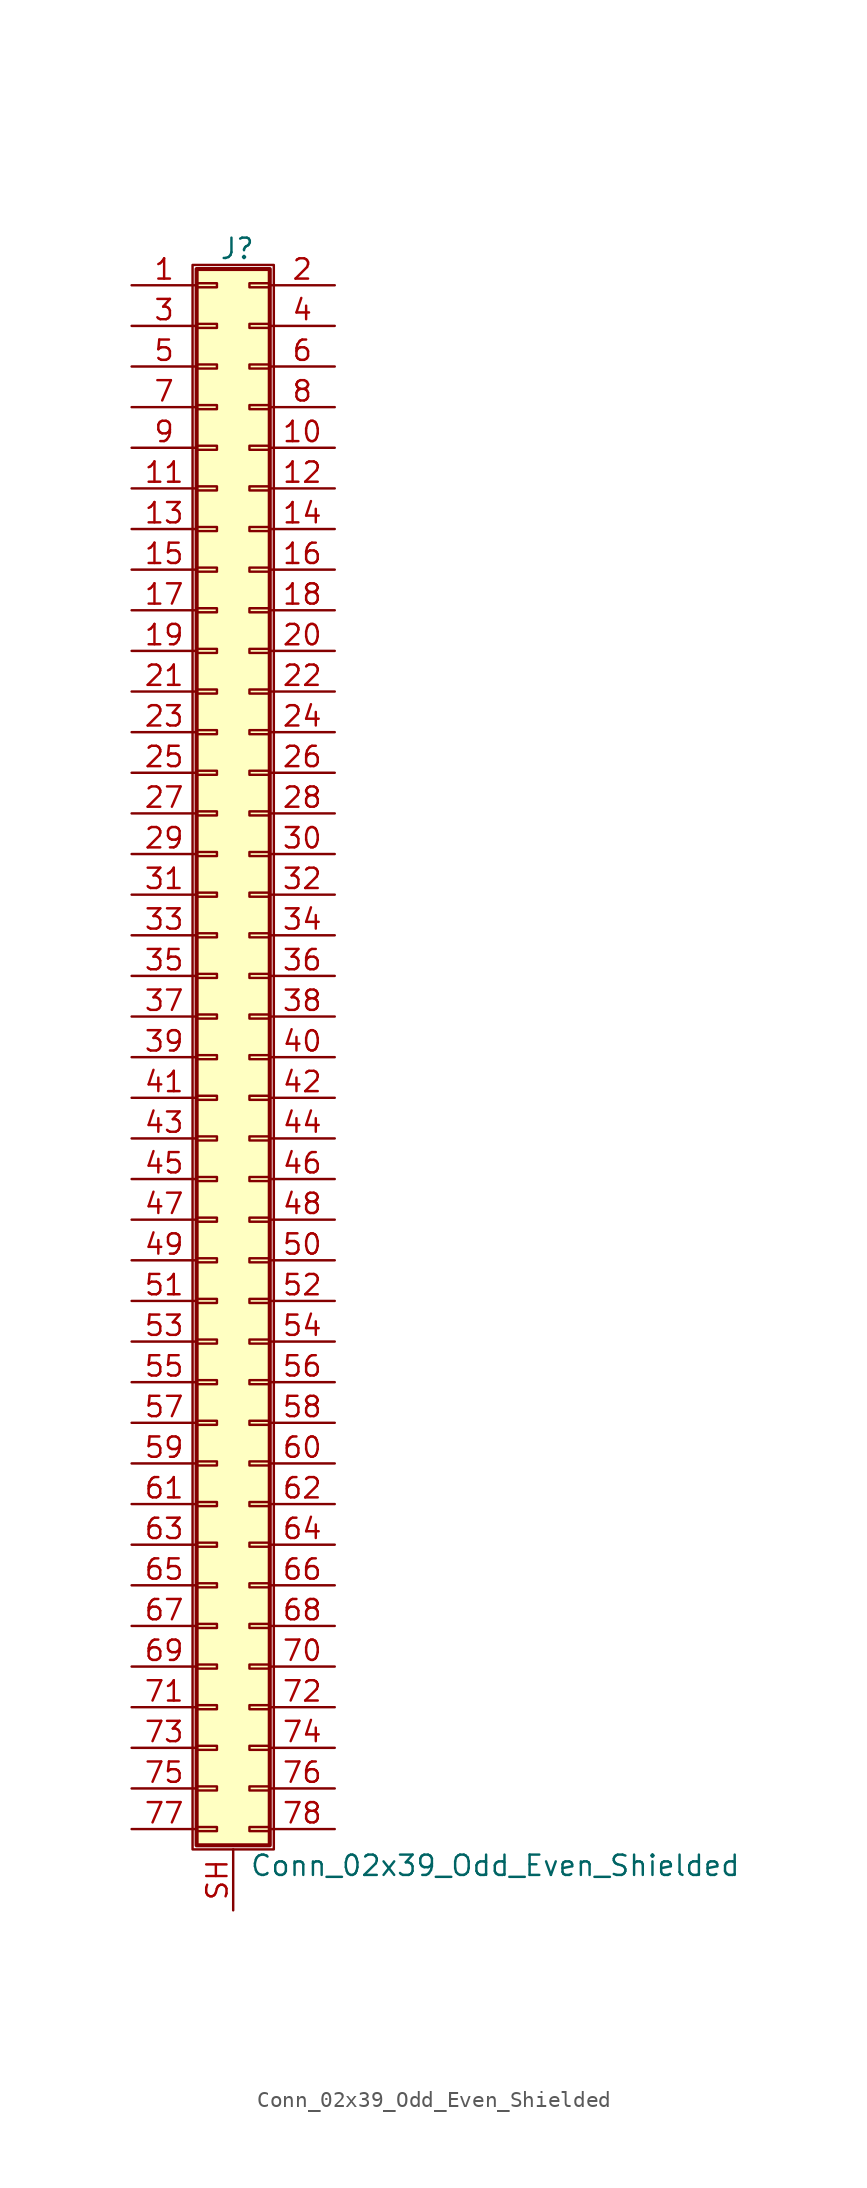
<source format=kicad_sym>
(kicad_symbol_lib
  (version 20201005)
  (generator kicad_symbol_editor)
  (symbol "Conn_02x39_Odd_Even_Shielded"
    (pin_names
      (offset 1.016) hide)
    (property "Reference" "J"
      (at 1.524 50.546 0)
      (effects (font (size 1.27 1.27))))
    (property "Value" "Conn_02x39_Odd_Even_Shielded"
      (at 2.286 -50.546 0)
      (effects (font (size 1.27 1.27)) (justify left)))
    (symbol "Conn_02x39_Odd_Even_Shielded_1_1"
      (rectangle (start -1.27 49.53) (end 3.81 -49.53) (stroke (width 0.152)) (fill (type none)))
      (rectangle (start -1.016 -48.133) (end 0.254 -48.387) (stroke (width 0.152)) (fill (type none)))
      (rectangle (start -1.016 -45.593) (end 0.254 -45.847) (stroke (width 0.152)) (fill (type none)))
      (rectangle (start -1.016 -43.053) (end 0.254 -43.307) (stroke (width 0.152)) (fill (type none)))
      (rectangle (start -1.016 -40.513) (end 0.254 -40.767) (stroke (width 0.152)) (fill (type none)))
      (rectangle (start -1.016 -37.973) (end 0.254 -38.227) (stroke (width 0.152)) (fill (type none)))
      (rectangle (start -1.016 -35.433) (end 0.254 -35.687) (stroke (width 0.152)) (fill (type none)))
      (rectangle (start -1.016 -32.893) (end 0.254 -33.147) (stroke (width 0.152)) (fill (type none)))
      (rectangle (start -1.016 -30.353) (end 0.254 -30.607) (stroke (width 0.152)) (fill (type none)))
      (rectangle (start -1.016 -27.813) (end 0.254 -28.067) (stroke (width 0.152)) (fill (type none)))
      (rectangle (start -1.016 -25.273) (end 0.254 -25.527) (stroke (width 0.152)) (fill (type none)))
      (rectangle (start -1.016 -22.733) (end 0.254 -22.987) (stroke (width 0.152)) (fill (type none)))
      (rectangle (start -1.016 -20.193) (end 0.254 -20.447) (stroke (width 0.152)) (fill (type none)))
      (rectangle (start -1.016 -17.653) (end 0.254 -17.907) (stroke (width 0.152)) (fill (type none)))
      (rectangle (start -1.016 -15.113) (end 0.254 -15.367) (stroke (width 0.152)) (fill (type none)))
      (rectangle (start -1.016 -12.573) (end 0.254 -12.827) (stroke (width 0.152)) (fill (type none)))
      (rectangle (start -1.016 -10.033) (end 0.254 -10.287) (stroke (width 0.152)) (fill (type none)))
      (rectangle (start -1.016 -7.493) (end 0.254 -7.747) (stroke (width 0.152)) (fill (type none)))
      (rectangle (start -1.016 -4.953) (end 0.254 -5.207) (stroke (width 0.152)) (fill (type none)))
      (rectangle (start -1.016 -2.413) (end 0.254 -2.667) (stroke (width 0.152)) (fill (type none)))
      (rectangle (start -1.016 0.127) (end 0.254 -0.127) (stroke (width 0.152)) (fill (type none)))
      (rectangle (start -1.016 2.667) (end 0.254 2.413) (stroke (width 0.152)) (fill (type none)))
      (rectangle (start -1.016 5.207) (end 0.254 4.953) (stroke (width 0.152)) (fill (type none)))
      (rectangle (start -1.016 7.747) (end 0.254 7.493) (stroke (width 0.152)) (fill (type none)))
      (rectangle (start -1.016 10.287) (end 0.254 10.033) (stroke (width 0.152)) (fill (type none)))
      (rectangle (start -1.016 12.827) (end 0.254 12.573) (stroke (width 0.152)) (fill (type none)))
      (rectangle (start -1.016 15.367) (end 0.254 15.113) (stroke (width 0.152)) (fill (type none)))
      (rectangle (start -1.016 17.907) (end 0.254 17.653) (stroke (width 0.152)) (fill (type none)))
      (rectangle (start -1.016 20.447) (end 0.254 20.193) (stroke (width 0.152)) (fill (type none)))
      (rectangle (start -1.016 22.987) (end 0.254 22.733) (stroke (width 0.152)) (fill (type none)))
      (rectangle (start -1.016 25.527) (end 0.254 25.273) (stroke (width 0.152)) (fill (type none)))
      (rectangle (start -1.016 28.067) (end 0.254 27.813) (stroke (width 0.152)) (fill (type none)))
      (rectangle (start -1.016 30.607) (end 0.254 30.353) (stroke (width 0.152)) (fill (type none)))
      (rectangle (start -1.016 33.147) (end 0.254 32.893) (stroke (width 0.152)) (fill (type none)))
      (rectangle (start -1.016 35.687) (end 0.254 35.433) (stroke (width 0.152)) (fill (type none)))
      (rectangle (start -1.016 38.227) (end 0.254 37.973) (stroke (width 0.152)) (fill (type none)))
      (rectangle (start -1.016 40.767) (end 0.254 40.513) (stroke (width 0.152)) (fill (type none)))
      (rectangle (start -1.016 43.307) (end 0.254 43.053) (stroke (width 0.152)) (fill (type none)))
      (rectangle (start -1.016 45.847) (end 0.254 45.593) (stroke (width 0.152)) (fill (type none)))
      (rectangle (start -1.016 48.387) (end 0.254 48.133) (stroke (width 0.152)) (fill (type none)))
      (rectangle (start 3.556 -48.133) (end 2.286 -48.387) (stroke (width 0.152)) (fill (type none)))
      (rectangle (start 3.556 -45.593) (end 2.286 -45.847) (stroke (width 0.152)) (fill (type none)))
      (rectangle (start 3.556 -43.053) (end 2.286 -43.307) (stroke (width 0.152)) (fill (type none)))
      (rectangle (start 3.556 -40.513) (end 2.286 -40.767) (stroke (width 0.152)) (fill (type none)))
      (rectangle (start 3.556 -37.973) (end 2.286 -38.227) (stroke (width 0.152)) (fill (type none)))
      (rectangle (start 3.556 -35.433) (end 2.286 -35.687) (stroke (width 0.152)) (fill (type none)))
      (rectangle (start 3.556 -32.893) (end 2.286 -33.147) (stroke (width 0.152)) (fill (type none)))
      (rectangle (start 3.556 -30.353) (end 2.286 -30.607) (stroke (width 0.152)) (fill (type none)))
      (rectangle (start 3.556 -27.813) (end 2.286 -28.067) (stroke (width 0.152)) (fill (type none)))
      (rectangle (start 3.556 -25.273) (end 2.286 -25.527) (stroke (width 0.152)) (fill (type none)))
      (rectangle (start 3.556 -22.733) (end 2.286 -22.987) (stroke (width 0.152)) (fill (type none)))
      (rectangle (start 3.556 -20.193) (end 2.286 -20.447) (stroke (width 0.152)) (fill (type none)))
      (rectangle (start 3.556 -17.653) (end 2.286 -17.907) (stroke (width 0.152)) (fill (type none)))
      (rectangle (start 3.556 -15.113) (end 2.286 -15.367) (stroke (width 0.152)) (fill (type none)))
      (rectangle (start 3.556 -12.573) (end 2.286 -12.827) (stroke (width 0.152)) (fill (type none)))
      (rectangle (start 3.556 -10.033) (end 2.286 -10.287) (stroke (width 0.152)) (fill (type none)))
      (rectangle (start 3.556 -7.493) (end 2.286 -7.747) (stroke (width 0.152)) (fill (type none)))
      (rectangle (start 3.556 -4.953) (end 2.286 -5.207) (stroke (width 0.152)) (fill (type none)))
      (rectangle (start 3.556 -2.413) (end 2.286 -2.667) (stroke (width 0.152)) (fill (type none)))
      (rectangle (start 3.556 0.127) (end 2.286 -0.127) (stroke (width 0.152)) (fill (type none)))
      (rectangle (start 3.556 2.667) (end 2.286 2.413) (stroke (width 0.152)) (fill (type none)))
      (rectangle (start 3.556 5.207) (end 2.286 4.953) (stroke (width 0.152)) (fill (type none)))
      (rectangle (start 3.556 7.747) (end 2.286 7.493) (stroke (width 0.152)) (fill (type none)))
      (rectangle (start 3.556 10.287) (end 2.286 10.033) (stroke (width 0.152)) (fill (type none)))
      (rectangle (start 3.556 12.827) (end 2.286 12.573) (stroke (width 0.152)) (fill (type none)))
      (rectangle (start 3.556 15.367) (end 2.286 15.113) (stroke (width 0.152)) (fill (type none)))
      (rectangle (start 3.556 17.907) (end 2.286 17.653) (stroke (width 0.152)) (fill (type none)))
      (rectangle (start 3.556 20.447) (end 2.286 20.193) (stroke (width 0.152)) (fill (type none)))
      (rectangle (start 3.556 22.987) (end 2.286 22.733) (stroke (width 0.152)) (fill (type none)))
      (rectangle (start 3.556 25.527) (end 2.286 25.273) (stroke (width 0.152)) (fill (type none)))
      (rectangle (start 3.556 28.067) (end 2.286 27.813) (stroke (width 0.152)) (fill (type none)))
      (rectangle (start 3.556 30.607) (end 2.286 30.353) (stroke (width 0.152)) (fill (type none)))
      (rectangle (start 3.556 33.147) (end 2.286 32.893) (stroke (width 0.152)) (fill (type none)))
      (rectangle (start 3.556 35.687) (end 2.286 35.433) (stroke (width 0.152)) (fill (type none)))
      (rectangle (start 3.556 38.227) (end 2.286 37.973) (stroke (width 0.152)) (fill (type none)))
      (rectangle (start 3.556 40.767) (end 2.286 40.513) (stroke (width 0.152)) (fill (type none)))
      (rectangle (start 3.556 43.307) (end 2.286 43.053) (stroke (width 0.152)) (fill (type none)))
      (rectangle (start 3.556 45.847) (end 2.286 45.593) (stroke (width 0.152)) (fill (type none)))
      (rectangle (start 3.556 48.387) (end 2.286 48.133) (stroke (width 0.152)) (fill (type none)))
      (rectangle (start -1.016 49.276) (end 3.556 -49.276) (stroke (width 0.254)) (fill (type background)))
      (pin passive line (at -5.08 48.26 0) (length 4.064) (name "Pin_1" (effects (font (size 1.27 1.27)))) (number "1" (effects (font (size 1.27 1.27)))))
      (pin passive line (at 7.62 38.1 180) (length 4.064) (name "Pin_10" (effects (font (size 1.27 1.27)))) (number "10" (effects (font (size 1.27 1.27)))))
      (pin passive line (at -5.08 35.56 0) (length 4.064) (name "Pin_11" (effects (font (size 1.27 1.27)))) (number "11" (effects (font (size 1.27 1.27)))))
      (pin passive line (at 7.62 35.56 180) (length 4.064) (name "Pin_12" (effects (font (size 1.27 1.27)))) (number "12" (effects (font (size 1.27 1.27)))))
      (pin passive line (at -5.08 33.02 0) (length 4.064) (name "Pin_13" (effects (font (size 1.27 1.27)))) (number "13" (effects (font (size 1.27 1.27)))))
      (pin passive line (at 7.62 33.02 180) (length 4.064) (name "Pin_14" (effects (font (size 1.27 1.27)))) (number "14" (effects (font (size 1.27 1.27)))))
      (pin passive line (at -5.08 30.48 0) (length 4.064) (name "Pin_15" (effects (font (size 1.27 1.27)))) (number "15" (effects (font (size 1.27 1.27)))))
      (pin passive line (at 7.62 30.48 180) (length 4.064) (name "Pin_16" (effects (font (size 1.27 1.27)))) (number "16" (effects (font (size 1.27 1.27)))))
      (pin passive line (at -5.08 27.94 0) (length 4.064) (name "Pin_17" (effects (font (size 1.27 1.27)))) (number "17" (effects (font (size 1.27 1.27)))))
      (pin passive line (at 7.62 27.94 180) (length 4.064) (name "Pin_18" (effects (font (size 1.27 1.27)))) (number "18" (effects (font (size 1.27 1.27)))))
      (pin passive line (at -5.08 25.4 0) (length 4.064) (name "Pin_19" (effects (font (size 1.27 1.27)))) (number "19" (effects (font (size 1.27 1.27)))))
      (pin passive line (at 7.62 48.26 180) (length 4.064) (name "Pin_2" (effects (font (size 1.27 1.27)))) (number "2" (effects (font (size 1.27 1.27)))))
      (pin passive line (at 7.62 25.4 180) (length 4.064) (name "Pin_20" (effects (font (size 1.27 1.27)))) (number "20" (effects (font (size 1.27 1.27)))))
      (pin passive line (at -5.08 22.86 0) (length 4.064) (name "Pin_21" (effects (font (size 1.27 1.27)))) (number "21" (effects (font (size 1.27 1.27)))))
      (pin passive line (at 7.62 22.86 180) (length 4.064) (name "Pin_22" (effects (font (size 1.27 1.27)))) (number "22" (effects (font (size 1.27 1.27)))))
      (pin passive line (at -5.08 20.32 0) (length 4.064) (name "Pin_23" (effects (font (size 1.27 1.27)))) (number "23" (effects (font (size 1.27 1.27)))))
      (pin passive line (at 7.62 20.32 180) (length 4.064) (name "Pin_24" (effects (font (size 1.27 1.27)))) (number "24" (effects (font (size 1.27 1.27)))))
      (pin passive line (at -5.08 17.78 0) (length 4.064) (name "Pin_25" (effects (font (size 1.27 1.27)))) (number "25" (effects (font (size 1.27 1.27)))))
      (pin passive line (at 7.62 17.78 180) (length 4.064) (name "Pin_26" (effects (font (size 1.27 1.27)))) (number "26" (effects (font (size 1.27 1.27)))))
      (pin passive line (at -5.08 15.24 0) (length 4.064) (name "Pin_27" (effects (font (size 1.27 1.27)))) (number "27" (effects (font (size 1.27 1.27)))))
      (pin passive line (at 7.62 15.24 180) (length 4.064) (name "Pin_28" (effects (font (size 1.27 1.27)))) (number "28" (effects (font (size 1.27 1.27)))))
      (pin passive line (at -5.08 12.7 0) (length 4.064) (name "Pin_29" (effects (font (size 1.27 1.27)))) (number "29" (effects (font (size 1.27 1.27)))))
      (pin passive line (at -5.08 45.72 0) (length 4.064) (name "Pin_3" (effects (font (size 1.27 1.27)))) (number "3" (effects (font (size 1.27 1.27)))))
      (pin passive line (at 7.62 12.7 180) (length 4.064) (name "Pin_30" (effects (font (size 1.27 1.27)))) (number "30" (effects (font (size 1.27 1.27)))))
      (pin passive line (at -5.08 10.16 0) (length 4.064) (name "Pin_31" (effects (font (size 1.27 1.27)))) (number "31" (effects (font (size 1.27 1.27)))))
      (pin passive line (at 7.62 10.16 180) (length 4.064) (name "Pin_32" (effects (font (size 1.27 1.27)))) (number "32" (effects (font (size 1.27 1.27)))))
      (pin passive line (at -5.08 7.62 0) (length 4.064) (name "Pin_33" (effects (font (size 1.27 1.27)))) (number "33" (effects (font (size 1.27 1.27)))))
      (pin passive line (at 7.62 7.62 180) (length 4.064) (name "Pin_34" (effects (font (size 1.27 1.27)))) (number "34" (effects (font (size 1.27 1.27)))))
      (pin passive line (at -5.08 5.08 0) (length 4.064) (name "Pin_35" (effects (font (size 1.27 1.27)))) (number "35" (effects (font (size 1.27 1.27)))))
      (pin passive line (at 7.62 5.08 180) (length 4.064) (name "Pin_36" (effects (font (size 1.27 1.27)))) (number "36" (effects (font (size 1.27 1.27)))))
      (pin passive line (at -5.08 2.54 0) (length 4.064) (name "Pin_37" (effects (font (size 1.27 1.27)))) (number "37" (effects (font (size 1.27 1.27)))))
      (pin passive line (at 7.62 2.54 180) (length 4.064) (name "Pin_38" (effects (font (size 1.27 1.27)))) (number "38" (effects (font (size 1.27 1.27)))))
      (pin passive line (at -5.08 0 0) (length 4.064) (name "Pin_39" (effects (font (size 1.27 1.27)))) (number "39" (effects (font (size 1.27 1.27)))))
      (pin passive line (at 7.62 45.72 180) (length 4.064) (name "Pin_4" (effects (font (size 1.27 1.27)))) (number "4" (effects (font (size 1.27 1.27)))))
      (pin passive line (at 7.62 0 180) (length 4.064) (name "Pin_40" (effects (font (size 1.27 1.27)))) (number "40" (effects (font (size 1.27 1.27)))))
      (pin passive line (at -5.08 -2.54 0) (length 4.064) (name "Pin_41" (effects (font (size 1.27 1.27)))) (number "41" (effects (font (size 1.27 1.27)))))
      (pin passive line (at 7.62 -2.54 180) (length 4.064) (name "Pin_42" (effects (font (size 1.27 1.27)))) (number "42" (effects (font (size 1.27 1.27)))))
      (pin passive line (at -5.08 -5.08 0) (length 4.064) (name "Pin_43" (effects (font (size 1.27 1.27)))) (number "43" (effects (font (size 1.27 1.27)))))
      (pin passive line (at 7.62 -5.08 180) (length 4.064) (name "Pin_44" (effects (font (size 1.27 1.27)))) (number "44" (effects (font (size 1.27 1.27)))))
      (pin passive line (at -5.08 -7.62 0) (length 4.064) (name "Pin_45" (effects (font (size 1.27 1.27)))) (number "45" (effects (font (size 1.27 1.27)))))
      (pin passive line (at 7.62 -7.62 180) (length 4.064) (name "Pin_46" (effects (font (size 1.27 1.27)))) (number "46" (effects (font (size 1.27 1.27)))))
      (pin passive line (at -5.08 -10.16 0) (length 4.064) (name "Pin_47" (effects (font (size 1.27 1.27)))) (number "47" (effects (font (size 1.27 1.27)))))
      (pin passive line (at 7.62 -10.16 180) (length 4.064) (name "Pin_48" (effects (font (size 1.27 1.27)))) (number "48" (effects (font (size 1.27 1.27)))))
      (pin passive line (at -5.08 -12.7 0) (length 4.064) (name "Pin_49" (effects (font (size 1.27 1.27)))) (number "49" (effects (font (size 1.27 1.27)))))
      (pin passive line (at -5.08 43.18 0) (length 4.064) (name "Pin_5" (effects (font (size 1.27 1.27)))) (number "5" (effects (font (size 1.27 1.27)))))
      (pin passive line (at 7.62 -12.7 180) (length 4.064) (name "Pin_50" (effects (font (size 1.27 1.27)))) (number "50" (effects (font (size 1.27 1.27)))))
      (pin passive line (at -5.08 -15.24 0) (length 4.064) (name "Pin_51" (effects (font (size 1.27 1.27)))) (number "51" (effects (font (size 1.27 1.27)))))
      (pin passive line (at 7.62 -15.24 180) (length 4.064) (name "Pin_52" (effects (font (size 1.27 1.27)))) (number "52" (effects (font (size 1.27 1.27)))))
      (pin passive line (at -5.08 -17.78 0) (length 4.064) (name "Pin_53" (effects (font (size 1.27 1.27)))) (number "53" (effects (font (size 1.27 1.27)))))
      (pin passive line (at 7.62 -17.78 180) (length 4.064) (name "Pin_54" (effects (font (size 1.27 1.27)))) (number "54" (effects (font (size 1.27 1.27)))))
      (pin passive line (at -5.08 -20.32 0) (length 4.064) (name "Pin_55" (effects (font (size 1.27 1.27)))) (number "55" (effects (font (size 1.27 1.27)))))
      (pin passive line (at 7.62 -20.32 180) (length 4.064) (name "Pin_56" (effects (font (size 1.27 1.27)))) (number "56" (effects (font (size 1.27 1.27)))))
      (pin passive line (at -5.08 -22.86 0) (length 4.064) (name "Pin_57" (effects (font (size 1.27 1.27)))) (number "57" (effects (font (size 1.27 1.27)))))
      (pin passive line (at 7.62 -22.86 180) (length 4.064) (name "Pin_58" (effects (font (size 1.27 1.27)))) (number "58" (effects (font (size 1.27 1.27)))))
      (pin passive line (at -5.08 -25.4 0) (length 4.064) (name "Pin_59" (effects (font (size 1.27 1.27)))) (number "59" (effects (font (size 1.27 1.27)))))
      (pin passive line (at 7.62 43.18 180) (length 4.064) (name "Pin_6" (effects (font (size 1.27 1.27)))) (number "6" (effects (font (size 1.27 1.27)))))
      (pin passive line (at 7.62 -25.4 180) (length 4.064) (name "Pin_60" (effects (font (size 1.27 1.27)))) (number "60" (effects (font (size 1.27 1.27)))))
      (pin passive line (at -5.08 -27.94 0) (length 4.064) (name "Pin_61" (effects (font (size 1.27 1.27)))) (number "61" (effects (font (size 1.27 1.27)))))
      (pin passive line (at 7.62 -27.94 180) (length 4.064) (name "Pin_62" (effects (font (size 1.27 1.27)))) (number "62" (effects (font (size 1.27 1.27)))))
      (pin passive line (at -5.08 -30.48 0) (length 4.064) (name "Pin_63" (effects (font (size 1.27 1.27)))) (number "63" (effects (font (size 1.27 1.27)))))
      (pin passive line (at 7.62 -30.48 180) (length 4.064) (name "Pin_64" (effects (font (size 1.27 1.27)))) (number "64" (effects (font (size 1.27 1.27)))))
      (pin passive line (at -5.08 -33.02 0) (length 4.064) (name "Pin_65" (effects (font (size 1.27 1.27)))) (number "65" (effects (font (size 1.27 1.27)))))
      (pin passive line (at 7.62 -33.02 180) (length 4.064) (name "Pin_66" (effects (font (size 1.27 1.27)))) (number "66" (effects (font (size 1.27 1.27)))))
      (pin passive line (at -5.08 -35.56 0) (length 4.064) (name "Pin_67" (effects (font (size 1.27 1.27)))) (number "67" (effects (font (size 1.27 1.27)))))
      (pin passive line (at 7.62 -35.56 180) (length 4.064) (name "Pin_68" (effects (font (size 1.27 1.27)))) (number "68" (effects (font (size 1.27 1.27)))))
      (pin passive line (at -5.08 -38.1 0) (length 4.064) (name "Pin_69" (effects (font (size 1.27 1.27)))) (number "69" (effects (font (size 1.27 1.27)))))
      (pin passive line (at -5.08 40.64 0) (length 4.064) (name "Pin_7" (effects (font (size 1.27 1.27)))) (number "7" (effects (font (size 1.27 1.27)))))
      (pin passive line (at 7.62 -38.1 180) (length 4.064) (name "Pin_70" (effects (font (size 1.27 1.27)))) (number "70" (effects (font (size 1.27 1.27)))))
      (pin passive line (at -5.08 -40.64 0) (length 4.064) (name "Pin_71" (effects (font (size 1.27 1.27)))) (number "71" (effects (font (size 1.27 1.27)))))
      (pin passive line (at 7.62 -40.64 180) (length 4.064) (name "Pin_72" (effects (font (size 1.27 1.27)))) (number "72" (effects (font (size 1.27 1.27)))))
      (pin passive line (at -5.08 -43.18 0) (length 4.064) (name "Pin_73" (effects (font (size 1.27 1.27)))) (number "73" (effects (font (size 1.27 1.27)))))
      (pin passive line (at 7.62 -43.18 180) (length 4.064) (name "Pin_74" (effects (font (size 1.27 1.27)))) (number "74" (effects (font (size 1.27 1.27)))))
      (pin passive line (at -5.08 -45.72 0) (length 4.064) (name "Pin_75" (effects (font (size 1.27 1.27)))) (number "75" (effects (font (size 1.27 1.27)))))
      (pin passive line (at 7.62 -45.72 180) (length 4.064) (name "Pin_76" (effects (font (size 1.27 1.27)))) (number "76" (effects (font (size 1.27 1.27)))))
      (pin passive line (at -5.08 -48.26 0) (length 4.064) (name "Pin_77" (effects (font (size 1.27 1.27)))) (number "77" (effects (font (size 1.27 1.27)))))
      (pin passive line (at 7.62 -48.26 180) (length 4.064) (name "Pin_78" (effects (font (size 1.27 1.27)))) (number "78" (effects (font (size 1.27 1.27)))))
      (pin passive line (at 7.62 40.64 180) (length 4.064) (name "Pin_8" (effects (font (size 1.27 1.27)))) (number "8" (effects (font (size 1.27 1.27)))))
      (pin passive line (at -5.08 38.1 0) (length 4.064) (name "Pin_9" (effects (font (size 1.27 1.27)))) (number "9" (effects (font (size 1.27 1.27)))))
      (pin passive line (at 1.27 -53.34 90) (length 3.81) (name "Shield" (effects (font (size 1.27 1.27)))) (number "SH" (effects (font (size 1.27 1.27))))))))
</source>
